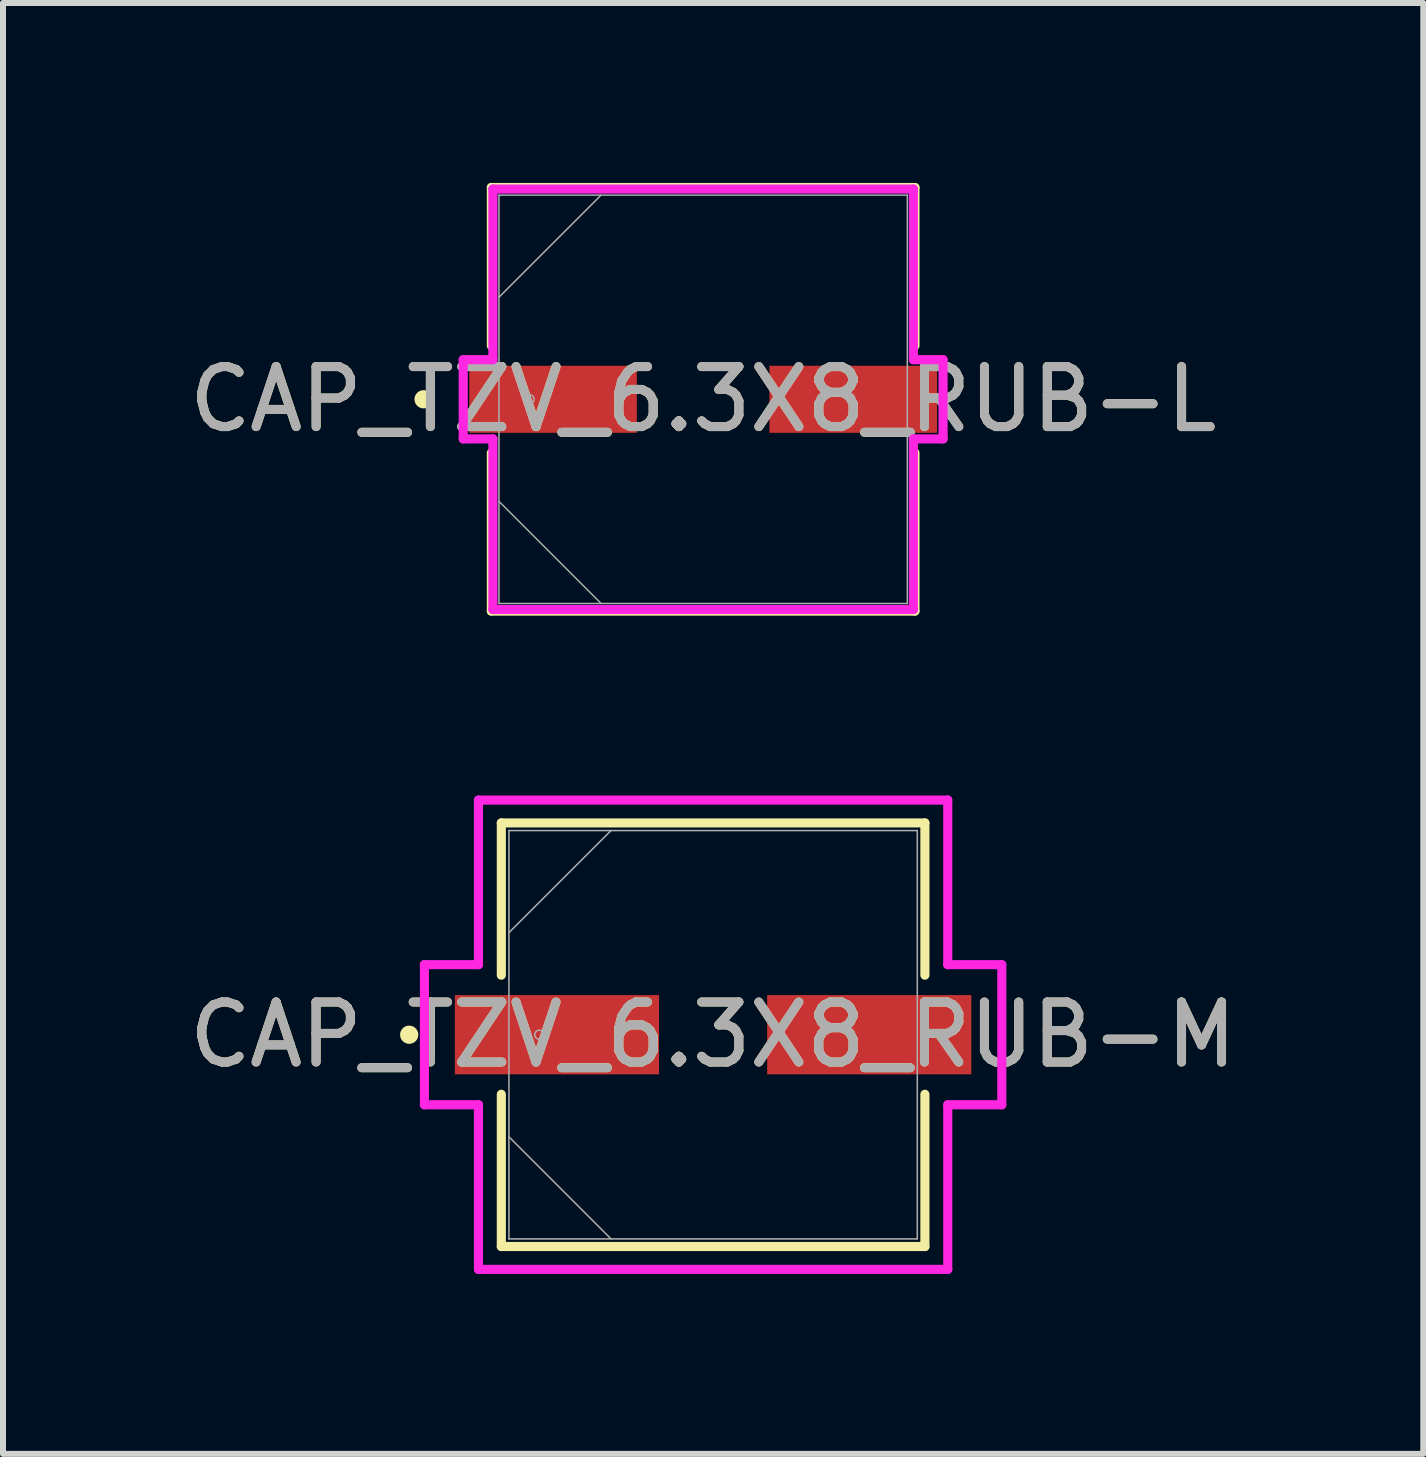
<source format=kicad_pcb>
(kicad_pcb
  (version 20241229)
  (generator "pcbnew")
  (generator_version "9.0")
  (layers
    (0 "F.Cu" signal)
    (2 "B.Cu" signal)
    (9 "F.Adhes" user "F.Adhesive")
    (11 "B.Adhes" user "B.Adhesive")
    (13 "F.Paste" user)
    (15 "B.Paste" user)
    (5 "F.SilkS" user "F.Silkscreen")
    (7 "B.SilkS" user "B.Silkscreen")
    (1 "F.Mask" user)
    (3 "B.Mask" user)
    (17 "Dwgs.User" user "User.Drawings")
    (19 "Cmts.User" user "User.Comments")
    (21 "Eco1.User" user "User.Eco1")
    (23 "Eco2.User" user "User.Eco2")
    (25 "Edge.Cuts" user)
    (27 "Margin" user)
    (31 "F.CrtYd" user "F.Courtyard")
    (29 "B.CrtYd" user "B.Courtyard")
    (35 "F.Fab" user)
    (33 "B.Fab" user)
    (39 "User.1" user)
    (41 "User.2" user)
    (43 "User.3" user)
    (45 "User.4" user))
  (footprint "CAP_TZV_6.3X8_RUB-M"
    (layer "F.Cu")
    (at 8.839 14.201)
    (property "Reference" "CAP_TZV_6.3X8_RUB-M" (at 0 0 0) (unlocked yes) (layer "F.SilkS") (effects (font (size 1 1) (thickness 0.15))))
    (attr smd)
    (fp_line (start -3.531 -3.531) (end -3.531 -0.993) (stroke (width 0.152) (type solid)) (layer "F.SilkS"))
    (fp_line (start -3.531 0.993) (end -3.531 3.531) (stroke (width 0.152) (type solid)) (layer "F.SilkS"))
    (fp_line (start -3.531 3.531) (end 3.531 3.531) (stroke (width 0.152) (type solid)) (layer "F.SilkS"))
    (fp_line (start 3.531 -3.531) (end -3.531 -3.531) (stroke (width 0.152) (type solid)) (layer "F.SilkS"))
    (fp_line (start 3.531 -0.993) (end 3.531 -3.531) (stroke (width 0.152) (type solid)) (layer "F.SilkS"))
    (fp_line (start 3.531 3.531) (end 3.531 0.993) (stroke (width 0.152) (type solid)) (layer "F.SilkS"))
    (fp_circle (center -5.067 0) (end -4.991 0) (stroke (width 0.152) (type solid)) (fill no) (layer "F.SilkS"))
    (fp_line (start -4.813 -1.168) (end -3.912 -1.168) (stroke (width 0.152) (type solid)) (layer "F.CrtYd"))
    (fp_line (start -4.813 1.168) (end -4.813 -1.168) (stroke (width 0.152) (type solid)) (layer "F.CrtYd"))
    (fp_line (start -3.912 -3.912) (end 3.912 -3.912) (stroke (width 0.152) (type solid)) (layer "F.CrtYd"))
    (fp_line (start -3.912 -1.168) (end -3.912 -3.912) (stroke (width 0.152) (type solid)) (layer "F.CrtYd"))
    (fp_line (start -3.912 1.168) (end -4.813 1.168) (stroke (width 0.152) (type solid)) (layer "F.CrtYd"))
    (fp_line (start -3.912 3.912) (end -3.912 1.168) (stroke (width 0.152) (type solid)) (layer "F.CrtYd"))
    (fp_line (start 3.912 -3.912) (end 3.912 -1.168) (stroke (width 0.152) (type solid)) (layer "F.CrtYd"))
    (fp_line (start 3.912 -1.168) (end 4.813 -1.168) (stroke (width 0.152) (type solid)) (layer "F.CrtYd"))
    (fp_line (start 3.912 1.168) (end 3.912 3.912) (stroke (width 0.152) (type solid)) (layer "F.CrtYd"))
    (fp_line (start 3.912 3.912) (end -3.912 3.912) (stroke (width 0.152) (type solid)) (layer "F.CrtYd"))
    (fp_line (start 4.813 -1.168) (end 4.813 1.168) (stroke (width 0.152) (type solid)) (layer "F.CrtYd"))
    (fp_line (start 4.813 1.168) (end 3.912 1.168) (stroke (width 0.152) (type solid)) (layer "F.CrtYd"))
    (fp_line (start -3.404 -3.404) (end -3.404 3.404) (stroke (width 0.025) (type solid)) (layer "F.Fab"))
    (fp_line (start -3.404 -1.702) (end -1.702 -3.404) (stroke (width 0.025) (type solid)) (layer "F.Fab"))
    (fp_line (start -3.404 1.702) (end -1.702 3.404) (stroke (width 0.025) (type solid)) (layer "F.Fab"))
    (fp_line (start -3.404 3.404) (end 3.404 3.404) (stroke (width 0.025) (type solid)) (layer "F.Fab"))
    (fp_line (start 3.404 -3.404) (end -3.404 -3.404) (stroke (width 0.025) (type solid)) (layer "F.Fab"))
    (fp_line (start 3.404 3.404) (end 3.404 -3.404) (stroke (width 0.025) (type solid)) (layer "F.Fab"))
    (fp_circle (center -2.896 0) (end -2.819 0) (stroke (width 0.025) (type solid)) (fill no) (layer "F.Fab"))
    (fp_text user "${REFERENCE}" (at 0 0 0) (unlocked yes) (layer "F.Fab") (effects (font (size 1 1) (thickness 0.15))))
    (pad "1" smd rect (at -2.603 0) (size 3.404 1.321) (layers "F.Cu" "F.Mask" "F.Paste"))
    (pad "2" smd rect (at 2.603 0) (size 3.404 1.321) (layers "F.Cu" "F.Mask" "F.Paste"))
    (zone (net_name "") (layer "F.Cu") (hatch full 0.508) (connect_pads) (min_thickness 0.254) (filled_areas_thickness no) (keepout (tracks not_allowed) (vias not_allowed) (pads allowed) (copperpour not_allowed) (footprints allowed)) (placement (enabled no)) (fill) (polygon (pts (xy 5.486 10.849) (xy 12.192 10.849) (xy 12.192 13.49) (xy 5.486 13.49))))
    (zone (net_name "") (layer "F.Cu") (hatch full 0.508) (connect_pads) (min_thickness 0.254) (filled_areas_thickness no) (keepout (tracks not_allowed) (vias not_allowed) (pads allowed) (copperpour not_allowed) (footprints allowed)) (placement (enabled no)) (fill) (polygon (pts (xy 5.486 14.913) (xy 12.192 14.913) (xy 12.192 17.554) (xy 5.486 17.554))))
    (zone (net_name "") (layer "F.Cu") (hatch full 0.508) (connect_pads) (min_thickness 0.254) (filled_areas_thickness no) (keepout (tracks not_allowed) (vias not_allowed) (pads allowed) (copperpour not_allowed) (footprints allowed)) (placement (enabled no)) (fill) (polygon (pts (xy 7.988 13.49) (xy 9.69 13.49) (xy 9.69 14.913) (xy 7.988 14.913)))))
  (footprint "CAP_TZV_6.3X8_RUB-L"
    (layer "F.Cu")
    (at 8.673 3.607)
    (property "Reference" "CAP_TZV_6.3X8_RUB-L" (at 0 0 0) (unlocked yes) (layer "F.SilkS") (effects (font (size 1 1) (thickness 0.15))))
    (attr smd)
    (fp_line (start -3.531 -3.531) (end -3.531 -0.892) (stroke (width 0.152) (type solid)) (layer "F.SilkS"))
    (fp_line (start -3.531 0.892) (end -3.531 3.531) (stroke (width 0.152) (type solid)) (layer "F.SilkS"))
    (fp_line (start -3.531 3.531) (end 3.531 3.531) (stroke (width 0.152) (type solid)) (layer "F.SilkS"))
    (fp_line (start 3.531 -3.531) (end -3.531 -3.531) (stroke (width 0.152) (type solid)) (layer "F.SilkS"))
    (fp_line (start 3.531 -0.892) (end 3.531 -3.531) (stroke (width 0.152) (type solid)) (layer "F.SilkS"))
    (fp_line (start 3.531 3.531) (end 3.531 0.892) (stroke (width 0.152) (type solid)) (layer "F.SilkS"))
    (fp_circle (center -4.661 0) (end -4.585 0) (stroke (width 0.152) (type solid)) (fill no) (layer "F.SilkS"))
    (fp_line (start -4 -0.66) (end -3.505 -0.66) (stroke (width 0.152) (type solid)) (layer "F.CrtYd"))
    (fp_line (start -4 0.66) (end -4 -0.66) (stroke (width 0.152) (type solid)) (layer "F.CrtYd"))
    (fp_line (start -3.505 -3.505) (end 3.505 -3.505) (stroke (width 0.152) (type solid)) (layer "F.CrtYd"))
    (fp_line (start -3.505 -0.66) (end -3.505 -3.505) (stroke (width 0.152) (type solid)) (layer "F.CrtYd"))
    (fp_line (start -3.505 0.66) (end -4 0.66) (stroke (width 0.152) (type solid)) (layer "F.CrtYd"))
    (fp_line (start -3.505 3.505) (end -3.505 0.66) (stroke (width 0.152) (type solid)) (layer "F.CrtYd"))
    (fp_line (start 3.505 -3.505) (end 3.505 -0.66) (stroke (width 0.152) (type solid)) (layer "F.CrtYd"))
    (fp_line (start 3.505 -0.66) (end 4 -0.66) (stroke (width 0.152) (type solid)) (layer "F.CrtYd"))
    (fp_line (start 3.505 0.66) (end 3.505 3.505) (stroke (width 0.152) (type solid)) (layer "F.CrtYd"))
    (fp_line (start 3.505 3.505) (end -3.505 3.505) (stroke (width 0.152) (type solid)) (layer "F.CrtYd"))
    (fp_line (start 4 -0.66) (end 4 0.66) (stroke (width 0.152) (type solid)) (layer "F.CrtYd"))
    (fp_line (start 4 0.66) (end 3.505 0.66) (stroke (width 0.152) (type solid)) (layer "F.CrtYd"))
    (fp_line (start -3.404 -3.404) (end -3.404 3.404) (stroke (width 0.025) (type solid)) (layer "F.Fab"))
    (fp_line (start -3.404 -1.702) (end -1.702 -3.404) (stroke (width 0.025) (type solid)) (layer "F.Fab"))
    (fp_line (start -3.404 1.702) (end -1.702 3.404) (stroke (width 0.025) (type solid)) (layer "F.Fab"))
    (fp_line (start -3.404 3.404) (end 3.404 3.404) (stroke (width 0.025) (type solid)) (layer "F.Fab"))
    (fp_line (start 3.404 -3.404) (end -3.404 -3.404) (stroke (width 0.025) (type solid)) (layer "F.Fab"))
    (fp_line (start 3.404 3.404) (end 3.404 -3.404) (stroke (width 0.025) (type solid)) (layer "F.Fab"))
    (fp_circle (center -2.896 0) (end -2.819 0) (stroke (width 0.025) (type solid)) (fill no) (layer "F.Fab"))
    (fp_text user "${REFERENCE}" (at 0 0 0) (unlocked yes) (layer "F.Fab") (effects (font (size 1 1) (thickness 0.15))))
    (pad "1" smd rect (at -2.502 0) (size 2.794 1.118) (layers "F.Cu" "F.Mask" "F.Paste"))
    (pad "2" smd rect (at 2.502 0) (size 2.794 1.118) (layers "F.Cu" "F.Mask" "F.Paste"))
    (zone (net_name "") (layer "F.Cu") (hatch full 0.508) (connect_pads) (min_thickness 0.254) (filled_areas_thickness no) (keepout (tracks not_allowed) (vias not_allowed) (pads allowed) (copperpour not_allowed) (footprints allowed)) (placement (enabled no)) (fill) (polygon (pts (xy 5.32 0.254) (xy 12.025 0.254) (xy 12.025 2.997) (xy 5.32 2.997))))
    (zone (net_name "") (layer "F.Cu") (hatch full 0.508) (connect_pads) (min_thickness 0.254) (filled_areas_thickness no) (keepout (tracks not_allowed) (vias not_allowed) (pads allowed) (copperpour not_allowed) (footprints allowed)) (placement (enabled no)) (fill) (polygon (pts (xy 5.32 4.216) (xy 12.025 4.216) (xy 12.025 6.96) (xy 5.32 6.96))))
    (zone (net_name "") (layer "F.Cu") (hatch full 0.508) (connect_pads) (min_thickness 0.254) (filled_areas_thickness no) (keepout (tracks not_allowed) (vias not_allowed) (pads allowed) (copperpour not_allowed) (footprints allowed)) (placement (enabled no)) (fill) (polygon (pts (xy 7.619 2.997) (xy 9.727 2.997) (xy 9.727 4.216) (xy 7.619 4.216)))))
  (gr_rect
    (start -3 -3)
    (end 20.679 21.189)
    (stroke (width 0.1) (type default))
    (fill no)
    (layer "Edge.Cuts")))
</source>
